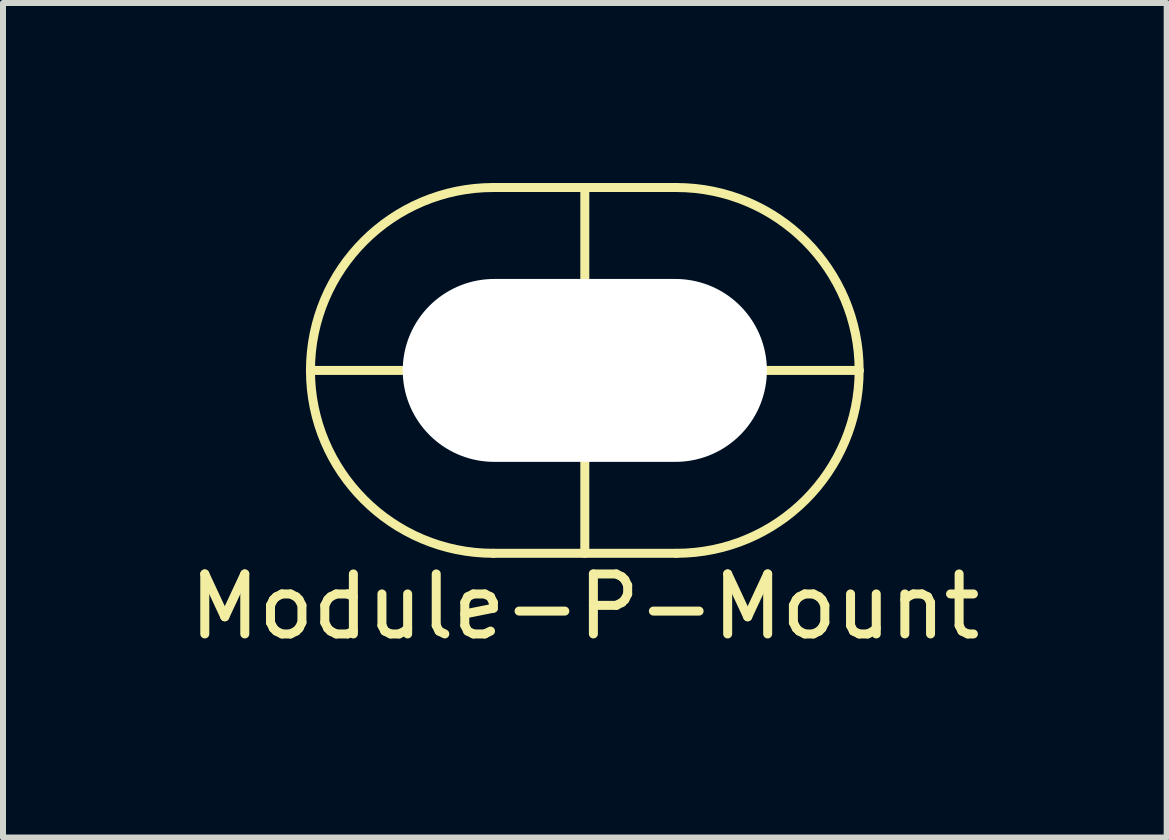
<source format=kicad_pcb>
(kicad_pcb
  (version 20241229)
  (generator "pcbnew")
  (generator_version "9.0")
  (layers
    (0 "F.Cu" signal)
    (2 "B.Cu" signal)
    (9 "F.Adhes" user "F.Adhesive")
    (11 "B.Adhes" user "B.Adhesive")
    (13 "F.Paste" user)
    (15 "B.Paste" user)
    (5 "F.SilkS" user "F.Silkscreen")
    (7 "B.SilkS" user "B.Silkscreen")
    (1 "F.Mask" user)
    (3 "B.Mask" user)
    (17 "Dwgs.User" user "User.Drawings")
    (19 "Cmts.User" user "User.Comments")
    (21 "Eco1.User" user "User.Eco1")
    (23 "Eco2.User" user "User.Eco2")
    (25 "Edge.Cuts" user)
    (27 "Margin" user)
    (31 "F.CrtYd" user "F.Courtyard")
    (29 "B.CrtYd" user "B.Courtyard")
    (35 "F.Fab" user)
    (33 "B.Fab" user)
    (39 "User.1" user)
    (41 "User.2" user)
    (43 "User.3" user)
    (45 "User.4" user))
  (footprint "Module-P-Mount"
    (layer "F.Cu")
    (at 6.696 3.123)
    (property "Reference" "Module-P-Mount" (at 0 3.937 0) (layer "F.SilkS") (effects (font (size 1 1) (thickness 0.15))))
    (attr through_hole)
    (fp_line (start -3.048 0) (end -4.572 0) (stroke (width 0.15) (type solid)) (layer "F.SilkS"))
    (fp_line (start -1.524 -3.048) (end 1.524 -3.048) (stroke (width 0.15) (type solid)) (layer "F.SilkS"))
    (fp_line (start -1.524 3.048) (end 1.524 3.048) (stroke (width 0.15) (type solid)) (layer "F.SilkS"))
    (fp_line (start 0 -1.524) (end 0 -3.048) (stroke (width 0.15) (type solid)) (layer "F.SilkS"))
    (fp_line (start 0 1.524) (end 0 3.048) (stroke (width 0.15) (type solid)) (layer "F.SilkS"))
    (fp_line (start 3.048 0) (end 4.572 0) (stroke (width 0.15) (type solid)) (layer "F.SilkS"))
    (fp_arc (start -4.572 0) (mid -3.679261 -2.155261) (end -1.524 -3.048) (stroke (width 0.15) (type solid)) (layer "F.SilkS"))
    (fp_arc (start -1.524 3.048) (mid -3.679261 2.155261) (end -4.572 0) (stroke (width 0.15) (type solid)) (layer "F.SilkS"))
    (fp_arc (start 1.524 -3.048) (mid 3.679261 -2.155261) (end 4.572 0) (stroke (width 0.15) (type solid)) (layer "F.SilkS"))
    (fp_arc (start 4.572 0) (mid 3.679261 2.155261) (end 1.524 3.048) (stroke (width 0.15) (type solid)) (layer "F.SilkS"))
    (pad "" np_thru_hole oval (at 0 0) (size 6.069 3.048) (drill oval 6.069 3.048) (layers "*.Cu" "*.Mask")))
  (gr_rect
    (start -3 -3)
    (end 16.393 10.908)
    (stroke (width 0.1) (type default))
    (fill no)
    (layer "Edge.Cuts")))
</source>
